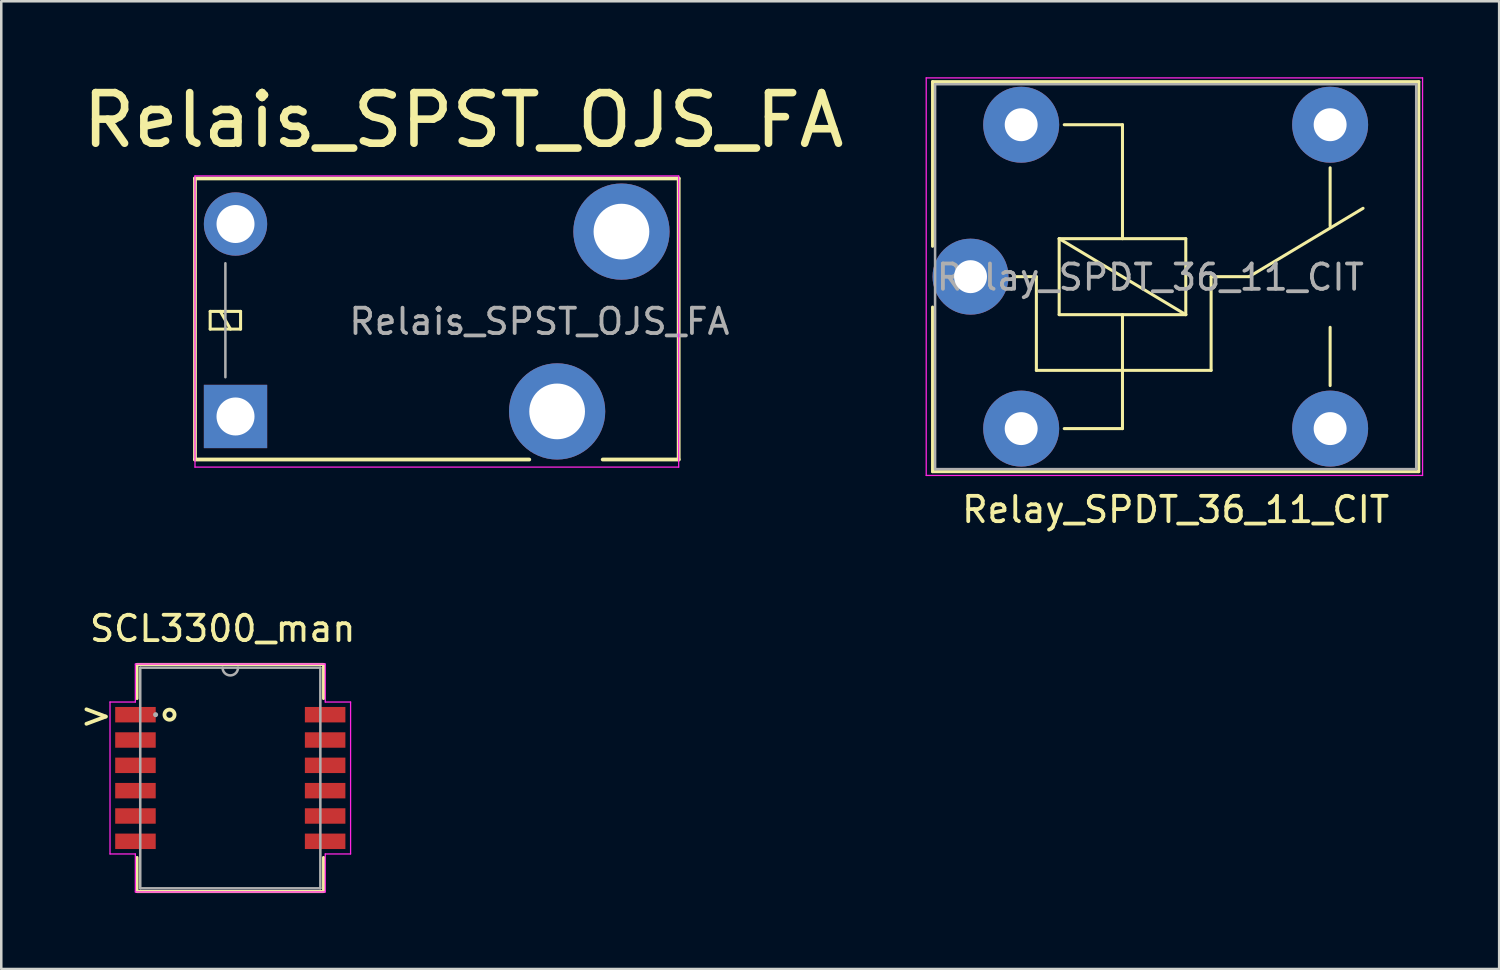
<source format=kicad_pcb>
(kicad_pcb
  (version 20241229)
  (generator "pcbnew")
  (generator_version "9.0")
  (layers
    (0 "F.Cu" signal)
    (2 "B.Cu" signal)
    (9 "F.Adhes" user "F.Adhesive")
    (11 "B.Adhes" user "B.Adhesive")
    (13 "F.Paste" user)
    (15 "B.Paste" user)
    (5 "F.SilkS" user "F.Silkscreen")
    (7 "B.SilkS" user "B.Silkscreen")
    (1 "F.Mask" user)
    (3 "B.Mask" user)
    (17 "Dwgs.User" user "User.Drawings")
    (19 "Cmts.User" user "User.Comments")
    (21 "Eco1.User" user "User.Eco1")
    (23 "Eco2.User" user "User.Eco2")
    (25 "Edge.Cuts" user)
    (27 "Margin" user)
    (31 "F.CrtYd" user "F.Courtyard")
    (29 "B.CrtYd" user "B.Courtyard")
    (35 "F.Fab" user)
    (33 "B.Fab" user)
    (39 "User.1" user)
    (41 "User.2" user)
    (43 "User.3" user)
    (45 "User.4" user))
  (footprint "Relais_SPST_OJS_FA"
    (layer "F.Cu")
    (at 6.25 13.396)
    (property "Reference" "Relais_SPST_OJS_FA" (at 9 -11.7 180) (layer "F.SilkS") (effects (font (size 2 2) (thickness 0.3))))
    (attr through_hole)
    (fp_line (start -1.6 -9.4) (end -1.6 1.7) (stroke (width 0.15) (type solid)) (layer "F.SilkS"))
    (fp_line (start -1.6 1.7) (end 11.6 1.7) (stroke (width 0.15) (type solid)) (layer "F.SilkS"))
    (fp_line (start -1 -4.15) (end -1 -3.45) (stroke (width 0.12) (type solid)) (layer "F.SilkS"))
    (fp_line (start -1 -3.45) (end 0.2 -3.45) (stroke (width 0.12) (type solid)) (layer "F.SilkS"))
    (fp_line (start -0.2 -3.45) (end -0.6 -4.15) (stroke (width 0.12) (type solid)) (layer "F.SilkS"))
    (fp_line (start 0.2 -4.15) (end -1 -4.15) (stroke (width 0.12) (type solid)) (layer "F.SilkS"))
    (fp_line (start 0.2 -3.45) (end 0.2 -4.15) (stroke (width 0.12) (type solid)) (layer "F.SilkS"))
    (fp_line (start 14.5 1.7) (end 17.5 1.7) (stroke (width 0.15) (type solid)) (layer "F.SilkS"))
    (fp_line (start 17.5 -9.4) (end -1.6 -9.4) (stroke (width 0.15) (type solid)) (layer "F.SilkS"))
    (fp_line (start 17.5 1.7) (end 17.5 -9.4) (stroke (width 0.15) (type solid)) (layer "F.SilkS"))
    (fp_line (start -1.6 -9.5) (end -1.6 2) (stroke (width 0.05) (type solid)) (layer "F.CrtYd"))
    (fp_line (start -1.6 2) (end 17.5 2) (stroke (width 0.05) (type solid)) (layer "F.CrtYd"))
    (fp_line (start 17.5 -9.5) (end -1.6 -9.5) (stroke (width 0.05) (type solid)) (layer "F.CrtYd"))
    (fp_line (start 17.5 2) (end 17.5 -9.5) (stroke (width 0.05) (type solid)) (layer "F.CrtYd"))
    (fp_line (start -0.4 -1.55) (end -0.4 -6.05) (stroke (width 0.1) (type solid)) (layer "F.Fab"))
    (fp_text user "${REFERENCE}" (at 12 -3.75 180) (layer "F.Fab") (effects (font (size 1 1) (thickness 0.15))))
    (pad "1" thru_hole rect (at 0 0 90) (size 2.5 2.5) (drill 1.5) (layers "*.Cu" "*.Mask"))
    (pad "4" thru_hole circle (at 12.7 -0.2 90) (size 3.8 3.8) (drill 2.2) (layers "*.Cu" "*.Mask"))
    (pad "6" thru_hole circle (at 15.24 -7.3 90) (size 3.8 3.8) (drill 2.2) (layers "*.Cu" "*.Mask"))
    (pad "8" thru_hole oval (at 0 -7.6 90) (size 2.5 2.5) (drill 1.5) (layers "*.Cu" "*.Mask")))
  (footprint "Relay_SPDT_36_11_CIT"
    (layer "F.Cu")
    (at 35.275 7.875)
    (property "Reference" "Relay_SPDT_36_11_CIT" (at 8.1 9.2 0) (layer "F.SilkS") (effects (font (size 1 1) (thickness 0.15))))
    (attr through_hole)
    (fp_line (start -1.5 -7.7) (end -1.5 -1.2) (stroke (width 0.12) (type solid)) (layer "F.SilkS"))
    (fp_line (start -1.5 -7.7) (end 17.7 -7.7) (stroke (width 0.12) (type solid)) (layer "F.SilkS"))
    (fp_line (start -1.5 1.2) (end -1.5 7.7) (stroke (width 0.12) (type solid)) (layer "F.SilkS"))
    (fp_line (start 2.6 0) (end 1.7 0) (stroke (width 0.12) (type solid)) (layer "F.SilkS"))
    (fp_line (start 2.6 0) (end 2.6 3.7) (stroke (width 0.12) (type solid)) (layer "F.SilkS"))
    (fp_line (start 3.5 -1.5) (end 8.5 -1.5) (stroke (width 0.12) (type solid)) (layer "F.SilkS"))
    (fp_line (start 3.5 1.5) (end 3.5 -1.5) (stroke (width 0.12) (type solid)) (layer "F.SilkS"))
    (fp_line (start 3.7 6) (end 6 6) (stroke (width 0.12) (type solid)) (layer "F.SilkS"))
    (fp_line (start 6 -6) (end 3.7 -6) (stroke (width 0.12) (type solid)) (layer "F.SilkS"))
    (fp_line (start 6 -6) (end 6 -1.5) (stroke (width 0.12) (type solid)) (layer "F.SilkS"))
    (fp_line (start 6 1.5) (end 6 6) (stroke (width 0.12) (type solid)) (layer "F.SilkS"))
    (fp_line (start 8.5 -1.5) (end 8.5 1.5) (stroke (width 0.12) (type solid)) (layer "F.SilkS"))
    (fp_line (start 8.5 1.5) (end 3.5 -1.5) (stroke (width 0.12) (type solid)) (layer "F.SilkS"))
    (fp_line (start 8.5 1.5) (end 3.5 1.5) (stroke (width 0.12) (type solid)) (layer "F.SilkS"))
    (fp_line (start 9.5 0) (end 9.5 3.7) (stroke (width 0.12) (type solid)) (layer "F.SilkS"))
    (fp_line (start 9.5 0) (end 11 0) (stroke (width 0.12) (type solid)) (layer "F.SilkS"))
    (fp_line (start 9.5 3.7) (end 2.6 3.7) (stroke (width 0.12) (type solid)) (layer "F.SilkS"))
    (fp_line (start 11 0) (end 15.5 -2.7) (stroke (width 0.12) (type solid)) (layer "F.SilkS"))
    (fp_line (start 14.2 -4.3) (end 14.2 -2) (stroke (width 0.12) (type solid)) (layer "F.SilkS"))
    (fp_line (start 14.2 4.3) (end 14.2 2) (stroke (width 0.12) (type solid)) (layer "F.SilkS"))
    (fp_line (start 17.7 -7.7) (end 17.7 7.7) (stroke (width 0.12) (type solid)) (layer "F.SilkS"))
    (fp_line (start 17.7 7.7) (end -1.5 7.7) (stroke (width 0.12) (type solid)) (layer "F.SilkS"))
    (fp_line (start -1.75 7.85) (end -1.75 -7.85) (stroke (width 0.05) (type solid)) (layer "F.CrtYd"))
    (fp_line (start -1.75 7.85) (end 17.85 7.85) (stroke (width 0.05) (type solid)) (layer "F.CrtYd"))
    (fp_line (start 17.85 -7.85) (end -1.75 -7.85) (stroke (width 0.05) (type solid)) (layer "F.CrtYd"))
    (fp_line (start 17.85 -7.85) (end 17.85 7.85) (stroke (width 0.05) (type solid)) (layer "F.CrtYd"))
    (fp_line (start -1.4 -7.6) (end 17.6 -7.6) (stroke (width 0.1) (type solid)) (layer "F.Fab"))
    (fp_line (start -1.4 7.6) (end -1.4 -7.6) (stroke (width 0.1) (type solid)) (layer "F.Fab"))
    (fp_line (start 17.6 -7.6) (end 17.6 7.6) (stroke (width 0.1) (type solid)) (layer "F.Fab"))
    (fp_line (start 17.6 7.6) (end -1.4 7.6) (stroke (width 0.1) (type solid)) (layer "F.Fab"))
    (fp_text user "${REFERENCE}" (at 7.1 0.025 0) (layer "F.Fab") (effects (font (size 1 1) (thickness 0.15))))
    (pad "11" thru_hole circle (at 0 0) (size 3 3) (drill 1.3) (layers "*.Cu" "*.Mask"))
    (pad "12" thru_hole circle (at 14.2 -6) (size 3 3) (drill 1.3) (layers "*.Cu" "*.Mask"))
    (pad "14" thru_hole circle (at 14.2 6) (size 3 3) (drill 1.3) (layers "*.Cu" "*.Mask"))
    (pad "A1" thru_hole circle (at 2 6) (size 3 3) (drill 1.3) (layers "*.Cu" "*.Mask"))
    (pad "A2" thru_hole circle (at 2 -6) (size 3 3) (drill 1.3) (layers "*.Cu" "*.Mask")))
  (footprint "SCL3300_man"
    (layer "F.Cu")
    (at 6.044 27.672)
    (property "Reference" "SCL3300_man" (at -0.3 -5.9 0) (layer "F.SilkS") (effects (font (size 1 1) (thickness 0.15))))
    (attr through_hole)
    (fp_line (start -3.683 -4.483) (end -3.683 -3.138) (stroke (width 0.12) (type solid)) (layer "F.SilkS"))
    (fp_line (start -3.683 3.138) (end -3.683 4.483) (stroke (width 0.12) (type solid)) (layer "F.SilkS"))
    (fp_line (start -3.683 4.483) (end 3.683 4.483) (stroke (width 0.12) (type solid)) (layer "F.SilkS"))
    (fp_line (start 3.683 -4.483) (end -3.683 -4.483) (stroke (width 0.12) (type solid)) (layer "F.SilkS"))
    (fp_line (start 3.683 -3.138) (end 3.683 -4.483) (stroke (width 0.12) (type solid)) (layer "F.SilkS"))
    (fp_line (start 3.683 4.483) (end 3.683 3.138) (stroke (width 0.12) (type solid)) (layer "F.SilkS"))
    (fp_circle (center -2.4 -2.5) (end -2.2 -2.5) (stroke (width 0.15) (type solid)) (fill no) (layer "F.SilkS"))
    (fp_line (start -4.75 -3) (end -3.75 -3) (stroke (width 0.05) (type solid)) (layer "F.CrtYd"))
    (fp_line (start -4.75 3) (end -4.75 -3) (stroke (width 0.05) (type solid)) (layer "F.CrtYd"))
    (fp_line (start -3.75 -4.5) (end 3.75 -4.5) (stroke (width 0.05) (type solid)) (layer "F.CrtYd"))
    (fp_line (start -3.75 -3) (end -3.75 -4.5) (stroke (width 0.05) (type solid)) (layer "F.CrtYd"))
    (fp_line (start -3.75 3) (end -4.75 3) (stroke (width 0.05) (type solid)) (layer "F.CrtYd"))
    (fp_line (start -3.75 4.5) (end -3.75 3) (stroke (width 0.05) (type solid)) (layer "F.CrtYd"))
    (fp_line (start 3.75 -4.5) (end 3.75 -3) (stroke (width 0.05) (type solid)) (layer "F.CrtYd"))
    (fp_line (start 3.75 -3) (end 4.75 -3) (stroke (width 0.05) (type solid)) (layer "F.CrtYd"))
    (fp_line (start 3.75 3) (end 3.75 4.5) (stroke (width 0.05) (type solid)) (layer "F.CrtYd"))
    (fp_line (start 3.75 4.5) (end -3.75 4.5) (stroke (width 0.05) (type solid)) (layer "F.CrtYd"))
    (fp_line (start 4.75 -3) (end 4.75 3) (stroke (width 0.05) (type solid)) (layer "F.CrtYd"))
    (fp_line (start 4.75 3) (end 3.75 3) (stroke (width 0.05) (type solid)) (layer "F.CrtYd"))
    (fp_line (start -3.556 -4.356) (end -3.556 4.356) (stroke (width 0.1) (type solid)) (layer "F.Fab"))
    (fp_line (start -3.556 4.356) (end 3.556 4.356) (stroke (width 0.1) (type solid)) (layer "F.Fab"))
    (fp_line (start 3.556 -4.356) (end -3.556 -4.356) (stroke (width 0.1) (type solid)) (layer "F.Fab"))
    (fp_line (start 3.556 4.356) (end 3.556 -4.356) (stroke (width 0.1) (type solid)) (layer "F.Fab"))
    (fp_arc (start 0.3048 -4.3561) (mid 0 -4.0513) (end -0.3048 -4.3561) (stroke (width 0.1) (type solid)) (layer "F.Fab"))
    (fp_circle (center -2.95 -2.5) (end -2.95 -2.5) (stroke (width 0.1) (type solid)) (fill no) (layer "F.Fab"))
    (fp_text user ">" (at -5.3 -2.5 0) (unlocked yes) (layer "F.SilkS") (effects (font (size 1 1) (thickness 0.15))))
    (pad "1" smd rect (at -3.745 -2.5) (size 1.6 0.61) (layers "F.Cu" "F.Mask" "F.Paste"))
    (pad "2" smd rect (at -3.745 -1.5) (size 1.6 0.61) (layers "F.Cu" "F.Mask" "F.Paste"))
    (pad "3" smd rect (at -3.745 -0.5) (size 1.6 0.61) (layers "F.Cu" "F.Mask" "F.Paste"))
    (pad "4" smd rect (at -3.745 0.5) (size 1.6 0.61) (layers "F.Cu" "F.Mask" "F.Paste"))
    (pad "5" smd rect (at -3.745 1.5) (size 1.6 0.61) (layers "F.Cu" "F.Mask" "F.Paste"))
    (pad "6" smd rect (at -3.745 2.5) (size 1.6 0.61) (layers "F.Cu" "F.Mask" "F.Paste"))
    (pad "7" smd rect (at 3.745 2.5) (size 1.6 0.61) (layers "F.Cu" "F.Mask" "F.Paste"))
    (pad "8" smd rect (at 3.745 1.5) (size 1.6 0.61) (layers "F.Cu" "F.Mask" "F.Paste"))
    (pad "9" smd rect (at 3.745 0.5) (size 1.6 0.61) (layers "F.Cu" "F.Mask" "F.Paste"))
    (pad "10" smd rect (at 3.745 -0.5) (size 1.6 0.61) (layers "F.Cu" "F.Mask" "F.Paste"))
    (pad "11" smd rect (at 3.745 -1.5) (size 1.6 0.61) (layers "F.Cu" "F.Mask" "F.Paste"))
    (pad "12" smd rect (at 3.745 -2.5) (size 1.6 0.61) (layers "F.Cu" "F.Mask" "F.Paste")))
  (gr_rect
    (start -3 -3)
    (end 56.15 35.215)
    (stroke (width 0.1) (type default))
    (fill no)
    (layer "Edge.Cuts")))
</source>
